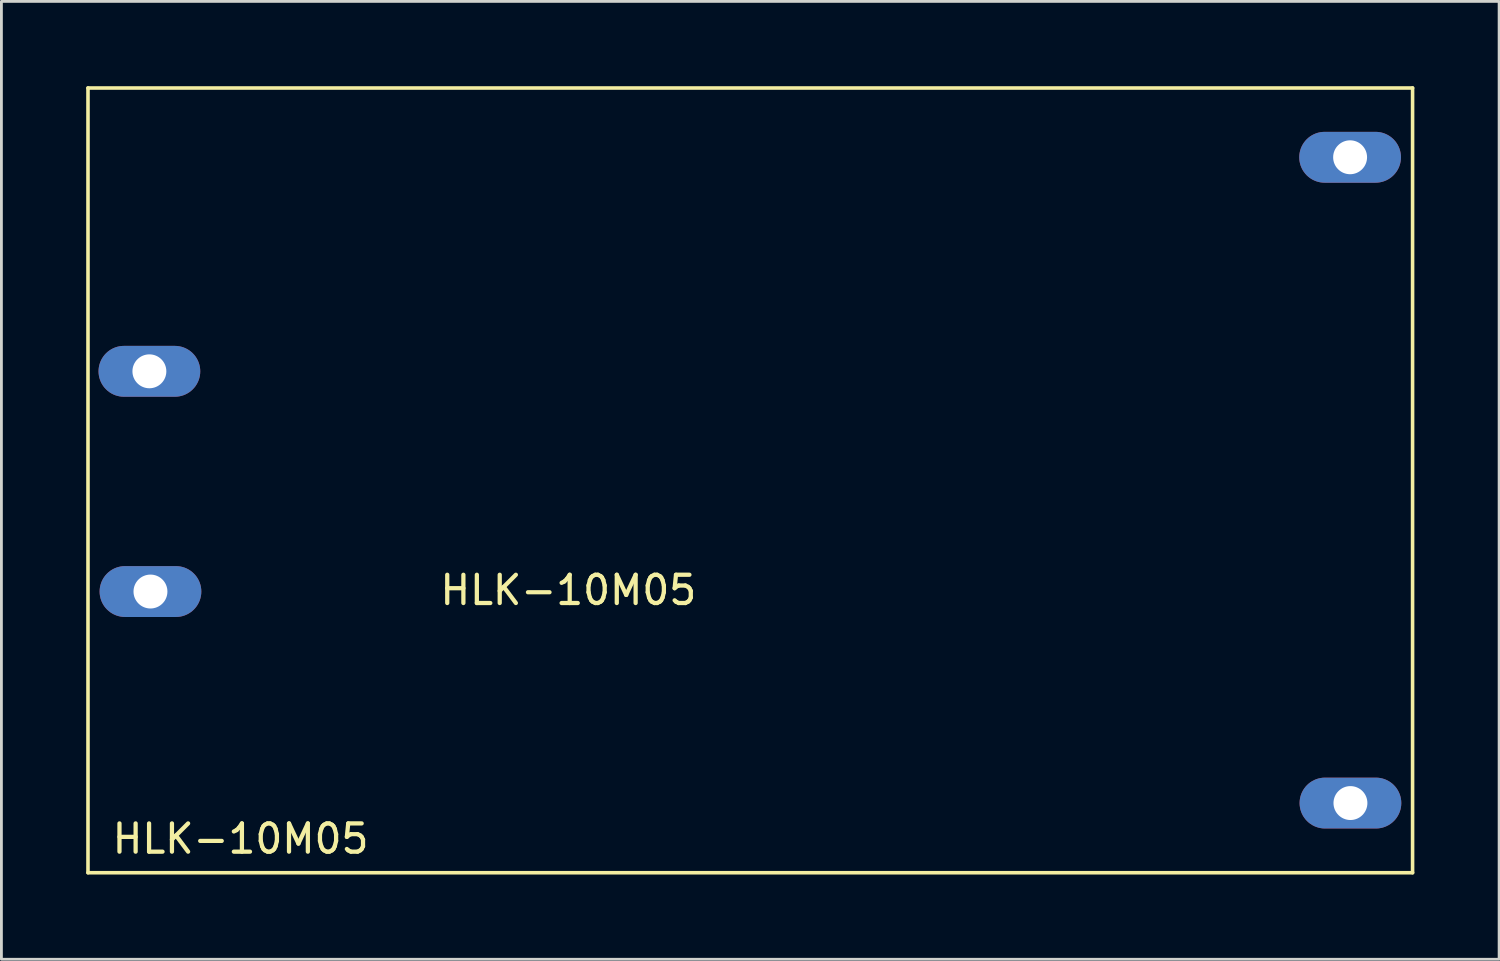
<source format=kicad_pcb>
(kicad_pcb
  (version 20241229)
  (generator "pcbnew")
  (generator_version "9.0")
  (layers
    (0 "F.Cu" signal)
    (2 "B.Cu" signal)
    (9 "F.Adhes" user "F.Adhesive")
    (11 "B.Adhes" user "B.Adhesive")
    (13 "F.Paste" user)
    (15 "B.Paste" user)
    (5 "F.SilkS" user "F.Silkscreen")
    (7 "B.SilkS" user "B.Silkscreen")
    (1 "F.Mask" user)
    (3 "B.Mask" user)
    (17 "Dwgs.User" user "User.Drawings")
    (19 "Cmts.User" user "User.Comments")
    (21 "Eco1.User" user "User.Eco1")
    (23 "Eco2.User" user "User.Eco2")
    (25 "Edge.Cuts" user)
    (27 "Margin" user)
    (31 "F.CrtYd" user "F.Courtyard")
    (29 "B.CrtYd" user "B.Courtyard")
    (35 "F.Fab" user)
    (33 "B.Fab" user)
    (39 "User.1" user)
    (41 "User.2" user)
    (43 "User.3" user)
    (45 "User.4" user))
  (footprint "HLK-10M05"
    (layer "F.Cu")
    (at 17.064 17.836)
    (property "Reference" "HLK-10M05" (at 0 0 0) (layer "F.SilkS") (effects (font (size 1 1) (thickness 0.15))))
    (attr through_hole)
    (fp_line (start -17 -17.772) (end 29.878 -17.772) (stroke (width 0.127) (type solid)) (layer "F.SilkS"))
    (fp_line (start -17 10) (end -17 -17.772) (stroke (width 0.127) (type solid)) (layer "F.SilkS"))
    (fp_line (start 29.878 -17.772) (end 29.878 10) (stroke (width 0.127) (type solid)) (layer "F.SilkS"))
    (fp_line (start 29.878 10) (end -17 10) (stroke (width 0.127) (type solid)) (layer "F.SilkS"))
    (fp_text user "HLK-10M05" (at -11.6 8.8 0) (layer "F.SilkS") (effects (font (size 1 1) (thickness 0.15))))
    (pad "1" thru_hole oval (at -14.827 -7.745) (size 3.6 1.8) (drill 1.2) (layers "*.Cu" "*.Mask"))
    (pad "2" thru_hole oval (at -14.789 0.049) (size 3.6 1.8) (drill 1.2) (layers "*.Cu" "*.Mask"))
    (pad "3" thru_hole oval (at 27.667 -15.32) (size 3.6 1.8) (drill 1.2) (layers "*.Cu" "*.Mask"))
    (pad "4" thru_hole oval (at 27.679 7.535) (size 3.6 1.8) (drill 1.2) (layers "*.Cu" "*.Mask")))
  (gr_rect
    (start -3 -3)
    (end 50.005 30.899)
    (stroke (width 0.1) (type default))
    (fill no)
    (layer "Edge.Cuts")))
</source>
